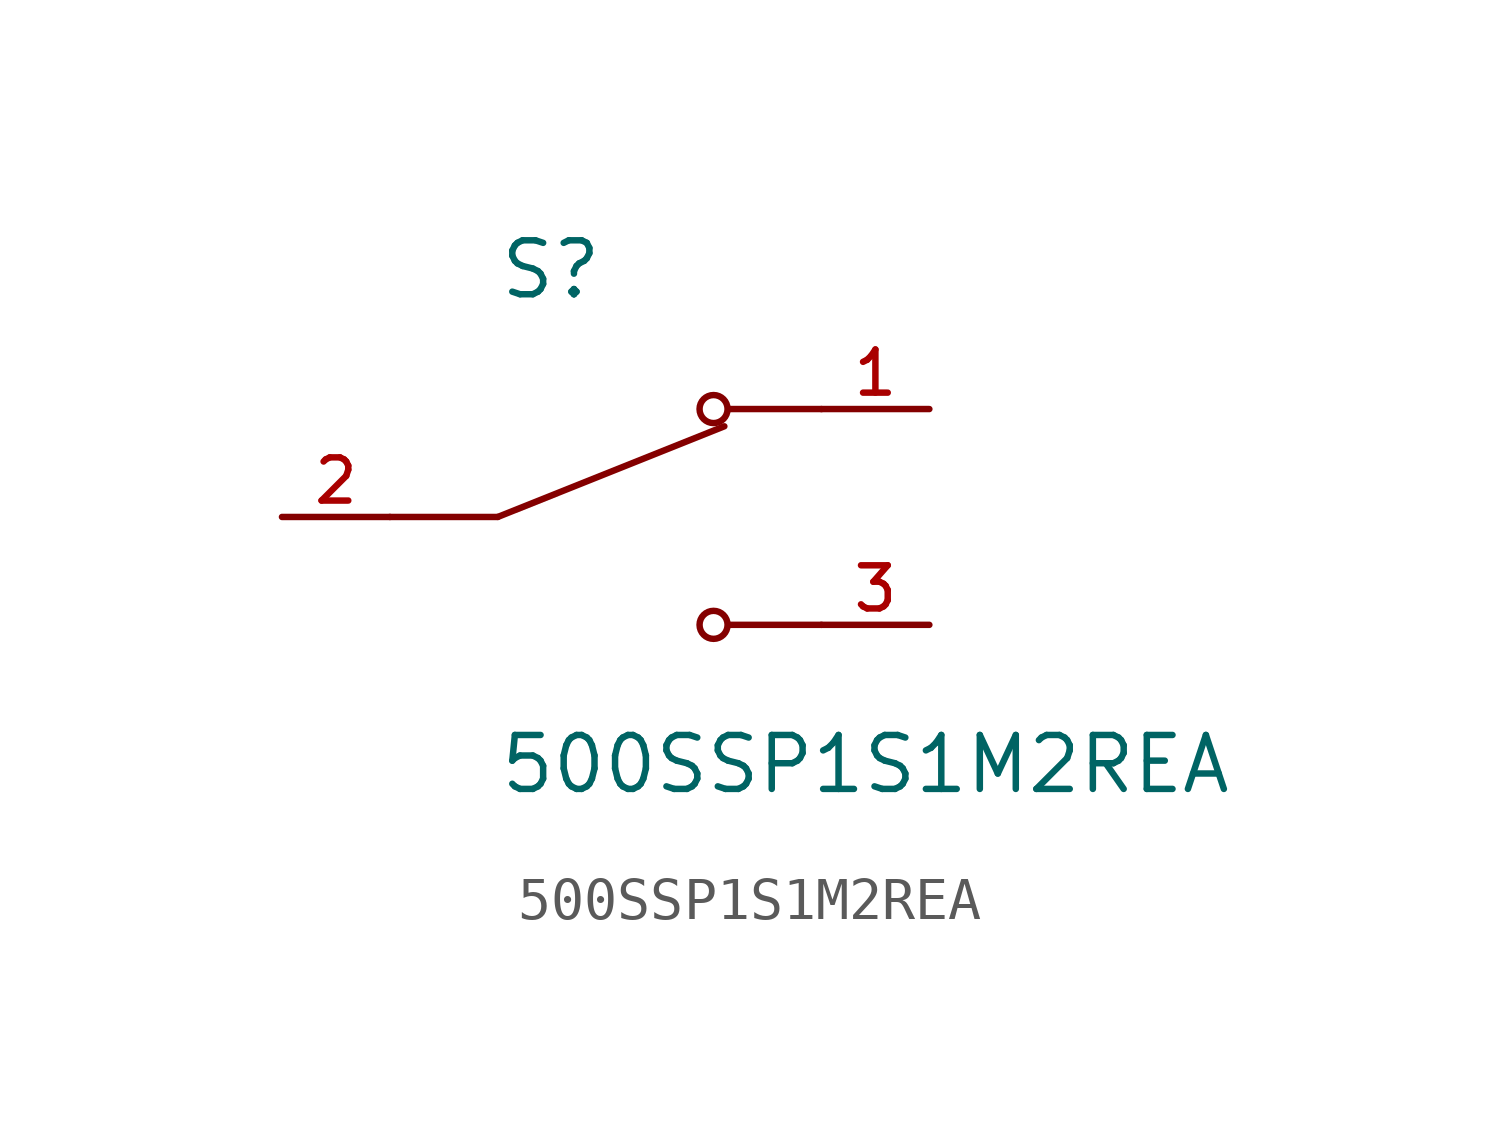
<source format=kicad_sym>
(kicad_symbol_lib
  (version 20211014)
  (generator kicad_symbol_editor)
  (symbol "500SSP1S1M2REA"
    (pin_names
      (offset 1.016))
    (property "Reference" "S"
      (at -2.54 5.08 0)
      (effects (font (size 1.27 1.27)) (justify bottom left)))
    (property "Value" "500SSP1S1M2REA"
      (at -2.54 -5.08 0)
      (effects (font (size 1.27 1.27)) (justify top left)))
    (symbol "500SSP1S1M2REA_0_0"
      (polyline (pts (xy -2.54 0.0) (xy 2.794 2.134)) (stroke (width 0.152)))
      (circle (center 2.54 2.54) (radius 0.33) (stroke (width 0.152)) (fill (type none)))
      (circle (center 2.54 -2.54) (radius 0.33) (stroke (width 0.152)) (fill (type none)))
      (polyline (pts (xy 5.08 -2.54) (xy 2.921 -2.54)) (stroke (width 0.152)))
      (polyline (pts (xy 5.08 2.54) (xy 2.921 2.54)) (stroke (width 0.152)))
      (polyline (pts (xy -2.54 0.0) (xy -5.08 0.0)) (stroke (width 0.152)))
      (pin passive line (at 7.62 2.54 180.0) (length 2.54) (name "~" (effects (font (size 1.016 1.016)))) (number "1" (effects (font (size 1.016 1.016)))))
      (pin passive line (at -7.62 0.0 0) (length 2.54) (name "~" (effects (font (size 1.016 1.016)))) (number "2" (effects (font (size 1.016 1.016)))))
      (pin passive line (at 7.62 -2.54 180.0) (length 2.54) (name "~" (effects (font (size 1.016 1.016)))) (number "3" (effects (font (size 1.016 1.016))))))))
</source>
